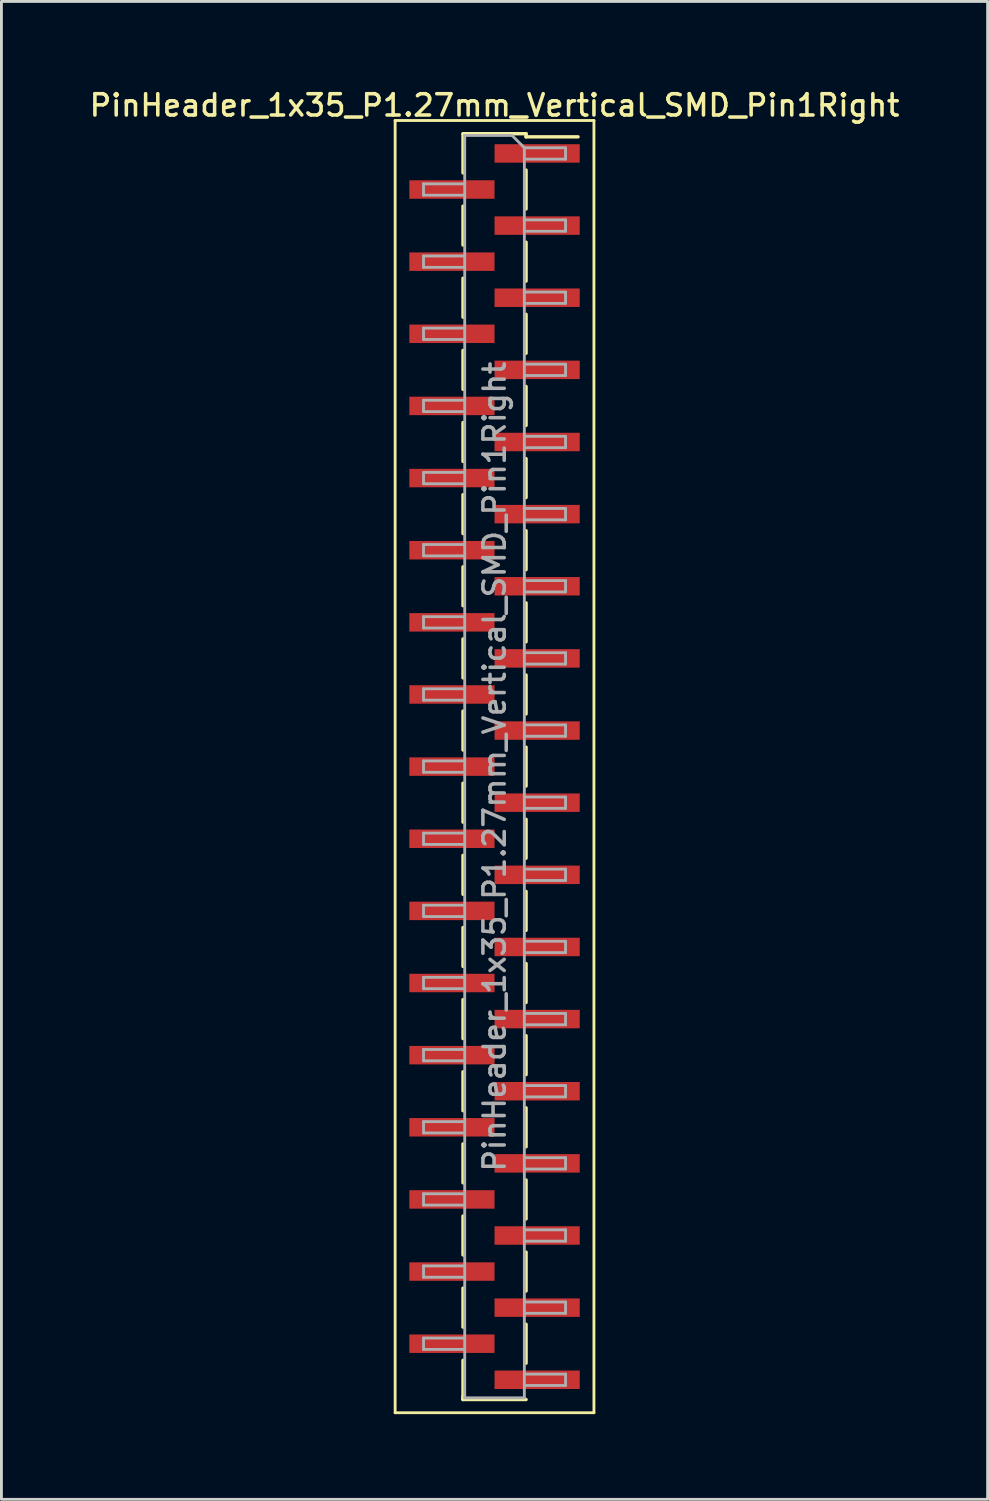
<source format=kicad_pcb>
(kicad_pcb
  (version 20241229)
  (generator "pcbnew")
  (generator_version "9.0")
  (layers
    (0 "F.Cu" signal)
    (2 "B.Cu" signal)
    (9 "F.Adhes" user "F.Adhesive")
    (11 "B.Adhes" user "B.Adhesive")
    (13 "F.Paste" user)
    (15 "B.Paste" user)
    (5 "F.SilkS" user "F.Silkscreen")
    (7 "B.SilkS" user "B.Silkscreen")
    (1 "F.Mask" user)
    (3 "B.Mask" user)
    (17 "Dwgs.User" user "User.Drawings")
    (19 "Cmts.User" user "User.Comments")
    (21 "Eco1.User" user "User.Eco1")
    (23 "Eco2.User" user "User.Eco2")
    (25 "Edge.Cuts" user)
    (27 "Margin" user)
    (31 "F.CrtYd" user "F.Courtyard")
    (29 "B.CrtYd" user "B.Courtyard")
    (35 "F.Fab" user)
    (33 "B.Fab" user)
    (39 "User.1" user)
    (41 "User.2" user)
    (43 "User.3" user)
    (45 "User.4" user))
  (footprint "PinHeader_1x35_P1.27mm_Vertical_SMD_Pin1Right"
    (layer "F.Cu")
    (at 14.363 23.943)
    (property "Reference" "PinHeader_1x35_P1.27mm_Vertical_SMD_Pin1Right" (at 0 -23.285 0) (layer "F.SilkS") (effects (font (size 0.75 0.75) (thickness 0.125))))
    (attr smd)
    (fp_line (start -3.5 -22.75) (end -3.5 22.75) (stroke (width 0.1) (type solid)) (layer "F.SilkS"))
    (fp_line (start -3.5 22.75) (end 3.5 22.75) (stroke (width 0.1) (type solid)) (layer "F.SilkS"))
    (fp_line (start -1.11 -22.285) (end 1.11 -22.285) (stroke (width 0.12) (type solid)) (layer "F.SilkS"))
    (fp_line (start -1.11 -22.275) (end -1.11 -20.905) (stroke (width 0.12) (type solid)) (layer "F.SilkS"))
    (fp_line (start -1.11 -19.735) (end -1.11 -18.365) (stroke (width 0.12) (type solid)) (layer "F.SilkS"))
    (fp_line (start -1.11 -17.195) (end -1.11 -15.825) (stroke (width 0.12) (type solid)) (layer "F.SilkS"))
    (fp_line (start -1.11 -14.655) (end -1.11 -13.285) (stroke (width 0.12) (type solid)) (layer "F.SilkS"))
    (fp_line (start -1.11 -12.115) (end -1.11 -10.745) (stroke (width 0.12) (type solid)) (layer "F.SilkS"))
    (fp_line (start -1.11 -9.575) (end -1.11 -8.205) (stroke (width 0.12) (type solid)) (layer "F.SilkS"))
    (fp_line (start -1.11 -7.035) (end -1.11 -5.665) (stroke (width 0.12) (type solid)) (layer "F.SilkS"))
    (fp_line (start -1.11 -4.495) (end -1.11 -3.125) (stroke (width 0.12) (type solid)) (layer "F.SilkS"))
    (fp_line (start -1.11 -1.955) (end -1.11 -0.585) (stroke (width 0.12) (type solid)) (layer "F.SilkS"))
    (fp_line (start -1.11 0.585) (end -1.11 1.955) (stroke (width 0.12) (type solid)) (layer "F.SilkS"))
    (fp_line (start -1.11 3.125) (end -1.11 4.495) (stroke (width 0.12) (type solid)) (layer "F.SilkS"))
    (fp_line (start -1.11 5.665) (end -1.11 7.035) (stroke (width 0.12) (type solid)) (layer "F.SilkS"))
    (fp_line (start -1.11 8.205) (end -1.11 9.575) (stroke (width 0.12) (type solid)) (layer "F.SilkS"))
    (fp_line (start -1.11 10.745) (end -1.11 12.115) (stroke (width 0.12) (type solid)) (layer "F.SilkS"))
    (fp_line (start -1.11 13.285) (end -1.11 14.655) (stroke (width 0.12) (type solid)) (layer "F.SilkS"))
    (fp_line (start -1.11 15.825) (end -1.11 17.195) (stroke (width 0.12) (type solid)) (layer "F.SilkS"))
    (fp_line (start -1.11 18.365) (end -1.11 19.735) (stroke (width 0.12) (type solid)) (layer "F.SilkS"))
    (fp_line (start -1.11 20.905) (end -1.11 22.275) (stroke (width 0.12) (type solid)) (layer "F.SilkS"))
    (fp_line (start -1.11 22.175) (end -1.11 22.285) (stroke (width 0.12) (type solid)) (layer "F.SilkS"))
    (fp_line (start -1.11 22.285) (end 1.11 22.285) (stroke (width 0.12) (type solid)) (layer "F.SilkS"))
    (fp_line (start 1.11 -22.285) (end 1.11 -22.175) (stroke (width 0.12) (type solid)) (layer "F.SilkS"))
    (fp_line (start 1.11 -22.175) (end 2.94 -22.175) (stroke (width 0.12) (type solid)) (layer "F.SilkS"))
    (fp_line (start 1.11 -21.005) (end 1.11 -19.635) (stroke (width 0.12) (type solid)) (layer "F.SilkS"))
    (fp_line (start 1.11 -18.465) (end 1.11 -17.095) (stroke (width 0.12) (type solid)) (layer "F.SilkS"))
    (fp_line (start 1.11 -15.925) (end 1.11 -14.555) (stroke (width 0.12) (type solid)) (layer "F.SilkS"))
    (fp_line (start 1.11 -13.385) (end 1.11 -12.015) (stroke (width 0.12) (type solid)) (layer "F.SilkS"))
    (fp_line (start 1.11 -10.845) (end 1.11 -9.475) (stroke (width 0.12) (type solid)) (layer "F.SilkS"))
    (fp_line (start 1.11 -8.305) (end 1.11 -6.935) (stroke (width 0.12) (type solid)) (layer "F.SilkS"))
    (fp_line (start 1.11 -5.765) (end 1.11 -4.395) (stroke (width 0.12) (type solid)) (layer "F.SilkS"))
    (fp_line (start 1.11 -3.225) (end 1.11 -1.855) (stroke (width 0.12) (type solid)) (layer "F.SilkS"))
    (fp_line (start 1.11 -0.685) (end 1.11 0.685) (stroke (width 0.12) (type solid)) (layer "F.SilkS"))
    (fp_line (start 1.11 1.855) (end 1.11 3.225) (stroke (width 0.12) (type solid)) (layer "F.SilkS"))
    (fp_line (start 1.11 4.395) (end 1.11 5.765) (stroke (width 0.12) (type solid)) (layer "F.SilkS"))
    (fp_line (start 1.11 6.935) (end 1.11 8.305) (stroke (width 0.12) (type solid)) (layer "F.SilkS"))
    (fp_line (start 1.11 9.475) (end 1.11 10.845) (stroke (width 0.12) (type solid)) (layer "F.SilkS"))
    (fp_line (start 1.11 12.015) (end 1.11 13.385) (stroke (width 0.12) (type solid)) (layer "F.SilkS"))
    (fp_line (start 1.11 14.555) (end 1.11 15.925) (stroke (width 0.12) (type solid)) (layer "F.SilkS"))
    (fp_line (start 1.11 17.095) (end 1.11 18.465) (stroke (width 0.12) (type solid)) (layer "F.SilkS"))
    (fp_line (start 1.11 19.635) (end 1.11 21.005) (stroke (width 0.12) (type solid)) (layer "F.SilkS"))
    (fp_line (start 3.5 -22.75) (end -3.5 -22.75) (stroke (width 0.1) (type solid)) (layer "F.SilkS"))
    (fp_line (start 3.5 22.75) (end 3.5 -22.75) (stroke (width 0.1) (type solid)) (layer "F.SilkS"))
    (fp_line (start -2.5 -20.52) (end -2.5 -20.12) (stroke (width 0.1) (type solid)) (layer "F.Fab"))
    (fp_line (start -2.5 -20.12) (end -1.05 -20.12) (stroke (width 0.1) (type solid)) (layer "F.Fab"))
    (fp_line (start -2.5 -17.98) (end -2.5 -17.58) (stroke (width 0.1) (type solid)) (layer "F.Fab"))
    (fp_line (start -2.5 -17.58) (end -1.05 -17.58) (stroke (width 0.1) (type solid)) (layer "F.Fab"))
    (fp_line (start -2.5 -15.44) (end -2.5 -15.04) (stroke (width 0.1) (type solid)) (layer "F.Fab"))
    (fp_line (start -2.5 -15.04) (end -1.05 -15.04) (stroke (width 0.1) (type solid)) (layer "F.Fab"))
    (fp_line (start -2.5 -12.9) (end -2.5 -12.5) (stroke (width 0.1) (type solid)) (layer "F.Fab"))
    (fp_line (start -2.5 -12.5) (end -1.05 -12.5) (stroke (width 0.1) (type solid)) (layer "F.Fab"))
    (fp_line (start -2.5 -10.36) (end -2.5 -9.96) (stroke (width 0.1) (type solid)) (layer "F.Fab"))
    (fp_line (start -2.5 -9.96) (end -1.05 -9.96) (stroke (width 0.1) (type solid)) (layer "F.Fab"))
    (fp_line (start -2.5 -7.82) (end -2.5 -7.42) (stroke (width 0.1) (type solid)) (layer "F.Fab"))
    (fp_line (start -2.5 -7.42) (end -1.05 -7.42) (stroke (width 0.1) (type solid)) (layer "F.Fab"))
    (fp_line (start -2.5 -5.28) (end -2.5 -4.88) (stroke (width 0.1) (type solid)) (layer "F.Fab"))
    (fp_line (start -2.5 -4.88) (end -1.05 -4.88) (stroke (width 0.1) (type solid)) (layer "F.Fab"))
    (fp_line (start -2.5 -2.74) (end -2.5 -2.34) (stroke (width 0.1) (type solid)) (layer "F.Fab"))
    (fp_line (start -2.5 -2.34) (end -1.05 -2.34) (stroke (width 0.1) (type solid)) (layer "F.Fab"))
    (fp_line (start -2.5 -0.2) (end -2.5 0.2) (stroke (width 0.1) (type solid)) (layer "F.Fab"))
    (fp_line (start -2.5 0.2) (end -1.05 0.2) (stroke (width 0.1) (type solid)) (layer "F.Fab"))
    (fp_line (start -2.5 2.34) (end -2.5 2.74) (stroke (width 0.1) (type solid)) (layer "F.Fab"))
    (fp_line (start -2.5 2.74) (end -1.05 2.74) (stroke (width 0.1) (type solid)) (layer "F.Fab"))
    (fp_line (start -2.5 4.88) (end -2.5 5.28) (stroke (width 0.1) (type solid)) (layer "F.Fab"))
    (fp_line (start -2.5 5.28) (end -1.05 5.28) (stroke (width 0.1) (type solid)) (layer "F.Fab"))
    (fp_line (start -2.5 7.42) (end -2.5 7.82) (stroke (width 0.1) (type solid)) (layer "F.Fab"))
    (fp_line (start -2.5 7.82) (end -1.05 7.82) (stroke (width 0.1) (type solid)) (layer "F.Fab"))
    (fp_line (start -2.5 9.96) (end -2.5 10.36) (stroke (width 0.1) (type solid)) (layer "F.Fab"))
    (fp_line (start -2.5 10.36) (end -1.05 10.36) (stroke (width 0.1) (type solid)) (layer "F.Fab"))
    (fp_line (start -2.5 12.5) (end -2.5 12.9) (stroke (width 0.1) (type solid)) (layer "F.Fab"))
    (fp_line (start -2.5 12.9) (end -1.05 12.9) (stroke (width 0.1) (type solid)) (layer "F.Fab"))
    (fp_line (start -2.5 15.04) (end -2.5 15.44) (stroke (width 0.1) (type solid)) (layer "F.Fab"))
    (fp_line (start -2.5 15.44) (end -1.05 15.44) (stroke (width 0.1) (type solid)) (layer "F.Fab"))
    (fp_line (start -2.5 17.58) (end -2.5 17.98) (stroke (width 0.1) (type solid)) (layer "F.Fab"))
    (fp_line (start -2.5 17.98) (end -1.05 17.98) (stroke (width 0.1) (type solid)) (layer "F.Fab"))
    (fp_line (start -2.5 20.12) (end -2.5 20.52) (stroke (width 0.1) (type solid)) (layer "F.Fab"))
    (fp_line (start -2.5 20.52) (end -1.05 20.52) (stroke (width 0.1) (type solid)) (layer "F.Fab"))
    (fp_line (start -1.05 -22.225) (end -1.05 22.225) (stroke (width 0.1) (type solid)) (layer "F.Fab"))
    (fp_line (start -1.05 -22.225) (end 0.615 -22.225) (stroke (width 0.1) (type solid)) (layer "F.Fab"))
    (fp_line (start -1.05 -20.52) (end -2.5 -20.52) (stroke (width 0.1) (type solid)) (layer "F.Fab"))
    (fp_line (start -1.05 -17.98) (end -2.5 -17.98) (stroke (width 0.1) (type solid)) (layer "F.Fab"))
    (fp_line (start -1.05 -15.44) (end -2.5 -15.44) (stroke (width 0.1) (type solid)) (layer "F.Fab"))
    (fp_line (start -1.05 -12.9) (end -2.5 -12.9) (stroke (width 0.1) (type solid)) (layer "F.Fab"))
    (fp_line (start -1.05 -10.36) (end -2.5 -10.36) (stroke (width 0.1) (type solid)) (layer "F.Fab"))
    (fp_line (start -1.05 -7.82) (end -2.5 -7.82) (stroke (width 0.1) (type solid)) (layer "F.Fab"))
    (fp_line (start -1.05 -5.28) (end -2.5 -5.28) (stroke (width 0.1) (type solid)) (layer "F.Fab"))
    (fp_line (start -1.05 -2.74) (end -2.5 -2.74) (stroke (width 0.1) (type solid)) (layer "F.Fab"))
    (fp_line (start -1.05 -0.2) (end -2.5 -0.2) (stroke (width 0.1) (type solid)) (layer "F.Fab"))
    (fp_line (start -1.05 2.34) (end -2.5 2.34) (stroke (width 0.1) (type solid)) (layer "F.Fab"))
    (fp_line (start -1.05 4.88) (end -2.5 4.88) (stroke (width 0.1) (type solid)) (layer "F.Fab"))
    (fp_line (start -1.05 7.42) (end -2.5 7.42) (stroke (width 0.1) (type solid)) (layer "F.Fab"))
    (fp_line (start -1.05 9.96) (end -2.5 9.96) (stroke (width 0.1) (type solid)) (layer "F.Fab"))
    (fp_line (start -1.05 12.5) (end -2.5 12.5) (stroke (width 0.1) (type solid)) (layer "F.Fab"))
    (fp_line (start -1.05 15.04) (end -2.5 15.04) (stroke (width 0.1) (type solid)) (layer "F.Fab"))
    (fp_line (start -1.05 17.58) (end -2.5 17.58) (stroke (width 0.1) (type solid)) (layer "F.Fab"))
    (fp_line (start -1.05 20.12) (end -2.5 20.12) (stroke (width 0.1) (type solid)) (layer "F.Fab"))
    (fp_line (start 1.05 -21.79) (end 0.615 -22.225) (stroke (width 0.1) (type solid)) (layer "F.Fab"))
    (fp_line (start 1.05 -21.79) (end 2.5 -21.79) (stroke (width 0.1) (type solid)) (layer "F.Fab"))
    (fp_line (start 1.05 -19.25) (end 2.5 -19.25) (stroke (width 0.1) (type solid)) (layer "F.Fab"))
    (fp_line (start 1.05 -16.71) (end 2.5 -16.71) (stroke (width 0.1) (type solid)) (layer "F.Fab"))
    (fp_line (start 1.05 -14.17) (end 2.5 -14.17) (stroke (width 0.1) (type solid)) (layer "F.Fab"))
    (fp_line (start 1.05 -11.63) (end 2.5 -11.63) (stroke (width 0.1) (type solid)) (layer "F.Fab"))
    (fp_line (start 1.05 -9.09) (end 2.5 -9.09) (stroke (width 0.1) (type solid)) (layer "F.Fab"))
    (fp_line (start 1.05 -6.55) (end 2.5 -6.55) (stroke (width 0.1) (type solid)) (layer "F.Fab"))
    (fp_line (start 1.05 -4.01) (end 2.5 -4.01) (stroke (width 0.1) (type solid)) (layer "F.Fab"))
    (fp_line (start 1.05 -1.47) (end 2.5 -1.47) (stroke (width 0.1) (type solid)) (layer "F.Fab"))
    (fp_line (start 1.05 1.07) (end 2.5 1.07) (stroke (width 0.1) (type solid)) (layer "F.Fab"))
    (fp_line (start 1.05 3.61) (end 2.5 3.61) (stroke (width 0.1) (type solid)) (layer "F.Fab"))
    (fp_line (start 1.05 6.15) (end 2.5 6.15) (stroke (width 0.1) (type solid)) (layer "F.Fab"))
    (fp_line (start 1.05 8.69) (end 2.5 8.69) (stroke (width 0.1) (type solid)) (layer "F.Fab"))
    (fp_line (start 1.05 11.23) (end 2.5 11.23) (stroke (width 0.1) (type solid)) (layer "F.Fab"))
    (fp_line (start 1.05 13.77) (end 2.5 13.77) (stroke (width 0.1) (type solid)) (layer "F.Fab"))
    (fp_line (start 1.05 16.31) (end 2.5 16.31) (stroke (width 0.1) (type solid)) (layer "F.Fab"))
    (fp_line (start 1.05 18.85) (end 2.5 18.85) (stroke (width 0.1) (type solid)) (layer "F.Fab"))
    (fp_line (start 1.05 21.39) (end 2.5 21.39) (stroke (width 0.1) (type solid)) (layer "F.Fab"))
    (fp_line (start 1.05 22.225) (end -1.05 22.225) (stroke (width 0.1) (type solid)) (layer "F.Fab"))
    (fp_line (start 1.05 22.225) (end 1.05 -21.79) (stroke (width 0.1) (type solid)) (layer "F.Fab"))
    (fp_line (start 2.5 -21.79) (end 2.5 -21.39) (stroke (width 0.1) (type solid)) (layer "F.Fab"))
    (fp_line (start 2.5 -21.39) (end 1.05 -21.39) (stroke (width 0.1) (type solid)) (layer "F.Fab"))
    (fp_line (start 2.5 -19.25) (end 2.5 -18.85) (stroke (width 0.1) (type solid)) (layer "F.Fab"))
    (fp_line (start 2.5 -18.85) (end 1.05 -18.85) (stroke (width 0.1) (type solid)) (layer "F.Fab"))
    (fp_line (start 2.5 -16.71) (end 2.5 -16.31) (stroke (width 0.1) (type solid)) (layer "F.Fab"))
    (fp_line (start 2.5 -16.31) (end 1.05 -16.31) (stroke (width 0.1) (type solid)) (layer "F.Fab"))
    (fp_line (start 2.5 -14.17) (end 2.5 -13.77) (stroke (width 0.1) (type solid)) (layer "F.Fab"))
    (fp_line (start 2.5 -13.77) (end 1.05 -13.77) (stroke (width 0.1) (type solid)) (layer "F.Fab"))
    (fp_line (start 2.5 -11.63) (end 2.5 -11.23) (stroke (width 0.1) (type solid)) (layer "F.Fab"))
    (fp_line (start 2.5 -11.23) (end 1.05 -11.23) (stroke (width 0.1) (type solid)) (layer "F.Fab"))
    (fp_line (start 2.5 -9.09) (end 2.5 -8.69) (stroke (width 0.1) (type solid)) (layer "F.Fab"))
    (fp_line (start 2.5 -8.69) (end 1.05 -8.69) (stroke (width 0.1) (type solid)) (layer "F.Fab"))
    (fp_line (start 2.5 -6.55) (end 2.5 -6.15) (stroke (width 0.1) (type solid)) (layer "F.Fab"))
    (fp_line (start 2.5 -6.15) (end 1.05 -6.15) (stroke (width 0.1) (type solid)) (layer "F.Fab"))
    (fp_line (start 2.5 -4.01) (end 2.5 -3.61) (stroke (width 0.1) (type solid)) (layer "F.Fab"))
    (fp_line (start 2.5 -3.61) (end 1.05 -3.61) (stroke (width 0.1) (type solid)) (layer "F.Fab"))
    (fp_line (start 2.5 -1.47) (end 2.5 -1.07) (stroke (width 0.1) (type solid)) (layer "F.Fab"))
    (fp_line (start 2.5 -1.07) (end 1.05 -1.07) (stroke (width 0.1) (type solid)) (layer "F.Fab"))
    (fp_line (start 2.5 1.07) (end 2.5 1.47) (stroke (width 0.1) (type solid)) (layer "F.Fab"))
    (fp_line (start 2.5 1.47) (end 1.05 1.47) (stroke (width 0.1) (type solid)) (layer "F.Fab"))
    (fp_line (start 2.5 3.61) (end 2.5 4.01) (stroke (width 0.1) (type solid)) (layer "F.Fab"))
    (fp_line (start 2.5 4.01) (end 1.05 4.01) (stroke (width 0.1) (type solid)) (layer "F.Fab"))
    (fp_line (start 2.5 6.15) (end 2.5 6.55) (stroke (width 0.1) (type solid)) (layer "F.Fab"))
    (fp_line (start 2.5 6.55) (end 1.05 6.55) (stroke (width 0.1) (type solid)) (layer "F.Fab"))
    (fp_line (start 2.5 8.69) (end 2.5 9.09) (stroke (width 0.1) (type solid)) (layer "F.Fab"))
    (fp_line (start 2.5 9.09) (end 1.05 9.09) (stroke (width 0.1) (type solid)) (layer "F.Fab"))
    (fp_line (start 2.5 11.23) (end 2.5 11.63) (stroke (width 0.1) (type solid)) (layer "F.Fab"))
    (fp_line (start 2.5 11.63) (end 1.05 11.63) (stroke (width 0.1) (type solid)) (layer "F.Fab"))
    (fp_line (start 2.5 13.77) (end 2.5 14.17) (stroke (width 0.1) (type solid)) (layer "F.Fab"))
    (fp_line (start 2.5 14.17) (end 1.05 14.17) (stroke (width 0.1) (type solid)) (layer "F.Fab"))
    (fp_line (start 2.5 16.31) (end 2.5 16.71) (stroke (width 0.1) (type solid)) (layer "F.Fab"))
    (fp_line (start 2.5 16.71) (end 1.05 16.71) (stroke (width 0.1) (type solid)) (layer "F.Fab"))
    (fp_line (start 2.5 18.85) (end 2.5 19.25) (stroke (width 0.1) (type solid)) (layer "F.Fab"))
    (fp_line (start 2.5 19.25) (end 1.05 19.25) (stroke (width 0.1) (type solid)) (layer "F.Fab"))
    (fp_line (start 2.5 21.39) (end 2.5 21.79) (stroke (width 0.1) (type solid)) (layer "F.Fab"))
    (fp_line (start 2.5 21.79) (end 1.05 21.79) (stroke (width 0.1) (type solid)) (layer "F.Fab"))
    (fp_text user "${REFERENCE}" (at 0 0 90) (layer "F.Fab") (effects (font (size 0.75 0.75) (thickness 0.125))))
    (pad "1" smd rect (at 1.5 -21.59) (size 3 0.65) (layers "F.Cu" "F.Mask" "F.Paste"))
    (pad "2" smd rect (at -1.5 -20.32) (size 3 0.65) (layers "F.Cu" "F.Mask" "F.Paste"))
    (pad "3" smd rect (at 1.5 -19.05) (size 3 0.65) (layers "F.Cu" "F.Mask" "F.Paste"))
    (pad "4" smd rect (at -1.5 -17.78) (size 3 0.65) (layers "F.Cu" "F.Mask" "F.Paste"))
    (pad "5" smd rect (at 1.5 -16.51) (size 3 0.65) (layers "F.Cu" "F.Mask" "F.Paste"))
    (pad "6" smd rect (at -1.5 -15.24) (size 3 0.65) (layers "F.Cu" "F.Mask" "F.Paste"))
    (pad "7" smd rect (at 1.5 -13.97) (size 3 0.65) (layers "F.Cu" "F.Mask" "F.Paste"))
    (pad "8" smd rect (at -1.5 -12.7) (size 3 0.65) (layers "F.Cu" "F.Mask" "F.Paste"))
    (pad "9" smd rect (at 1.5 -11.43) (size 3 0.65) (layers "F.Cu" "F.Mask" "F.Paste"))
    (pad "10" smd rect (at -1.5 -10.16) (size 3 0.65) (layers "F.Cu" "F.Mask" "F.Paste"))
    (pad "11" smd rect (at 1.5 -8.89) (size 3 0.65) (layers "F.Cu" "F.Mask" "F.Paste"))
    (pad "12" smd rect (at -1.5 -7.62) (size 3 0.65) (layers "F.Cu" "F.Mask" "F.Paste"))
    (pad "13" smd rect (at 1.5 -6.35) (size 3 0.65) (layers "F.Cu" "F.Mask" "F.Paste"))
    (pad "14" smd rect (at -1.5 -5.08) (size 3 0.65) (layers "F.Cu" "F.Mask" "F.Paste"))
    (pad "15" smd rect (at 1.5 -3.81) (size 3 0.65) (layers "F.Cu" "F.Mask" "F.Paste"))
    (pad "16" smd rect (at -1.5 -2.54) (size 3 0.65) (layers "F.Cu" "F.Mask" "F.Paste"))
    (pad "17" smd rect (at 1.5 -1.27) (size 3 0.65) (layers "F.Cu" "F.Mask" "F.Paste"))
    (pad "18" smd rect (at -1.5 0) (size 3 0.65) (layers "F.Cu" "F.Mask" "F.Paste"))
    (pad "19" smd rect (at 1.5 1.27) (size 3 0.65) (layers "F.Cu" "F.Mask" "F.Paste"))
    (pad "20" smd rect (at -1.5 2.54) (size 3 0.65) (layers "F.Cu" "F.Mask" "F.Paste"))
    (pad "21" smd rect (at 1.5 3.81) (size 3 0.65) (layers "F.Cu" "F.Mask" "F.Paste"))
    (pad "22" smd rect (at -1.5 5.08) (size 3 0.65) (layers "F.Cu" "F.Mask" "F.Paste"))
    (pad "23" smd rect (at 1.5 6.35) (size 3 0.65) (layers "F.Cu" "F.Mask" "F.Paste"))
    (pad "24" smd rect (at -1.5 7.62) (size 3 0.65) (layers "F.Cu" "F.Mask" "F.Paste"))
    (pad "25" smd rect (at 1.5 8.89) (size 3 0.65) (layers "F.Cu" "F.Mask" "F.Paste"))
    (pad "26" smd rect (at -1.5 10.16) (size 3 0.65) (layers "F.Cu" "F.Mask" "F.Paste"))
    (pad "27" smd rect (at 1.5 11.43) (size 3 0.65) (layers "F.Cu" "F.Mask" "F.Paste"))
    (pad "28" smd rect (at -1.5 12.7) (size 3 0.65) (layers "F.Cu" "F.Mask" "F.Paste"))
    (pad "29" smd rect (at 1.5 13.97) (size 3 0.65) (layers "F.Cu" "F.Mask" "F.Paste"))
    (pad "30" smd rect (at -1.5 15.24) (size 3 0.65) (layers "F.Cu" "F.Mask" "F.Paste"))
    (pad "31" smd rect (at 1.5 16.51) (size 3 0.65) (layers "F.Cu" "F.Mask" "F.Paste"))
    (pad "32" smd rect (at -1.5 17.78) (size 3 0.65) (layers "F.Cu" "F.Mask" "F.Paste"))
    (pad "33" smd rect (at 1.5 19.05) (size 3 0.65) (layers "F.Cu" "F.Mask" "F.Paste"))
    (pad "34" smd rect (at -1.5 20.32) (size 3 0.65) (layers "F.Cu" "F.Mask" "F.Paste"))
    (pad "35" smd rect (at 1.5 21.59) (size 3 0.65) (layers "F.Cu" "F.Mask" "F.Paste")))
  (gr_rect
    (start -3 -3)
    (end 31.725 49.743)
    (stroke (width 0.1) (type default))
    (fill no)
    (layer "Edge.Cuts")))
</source>
